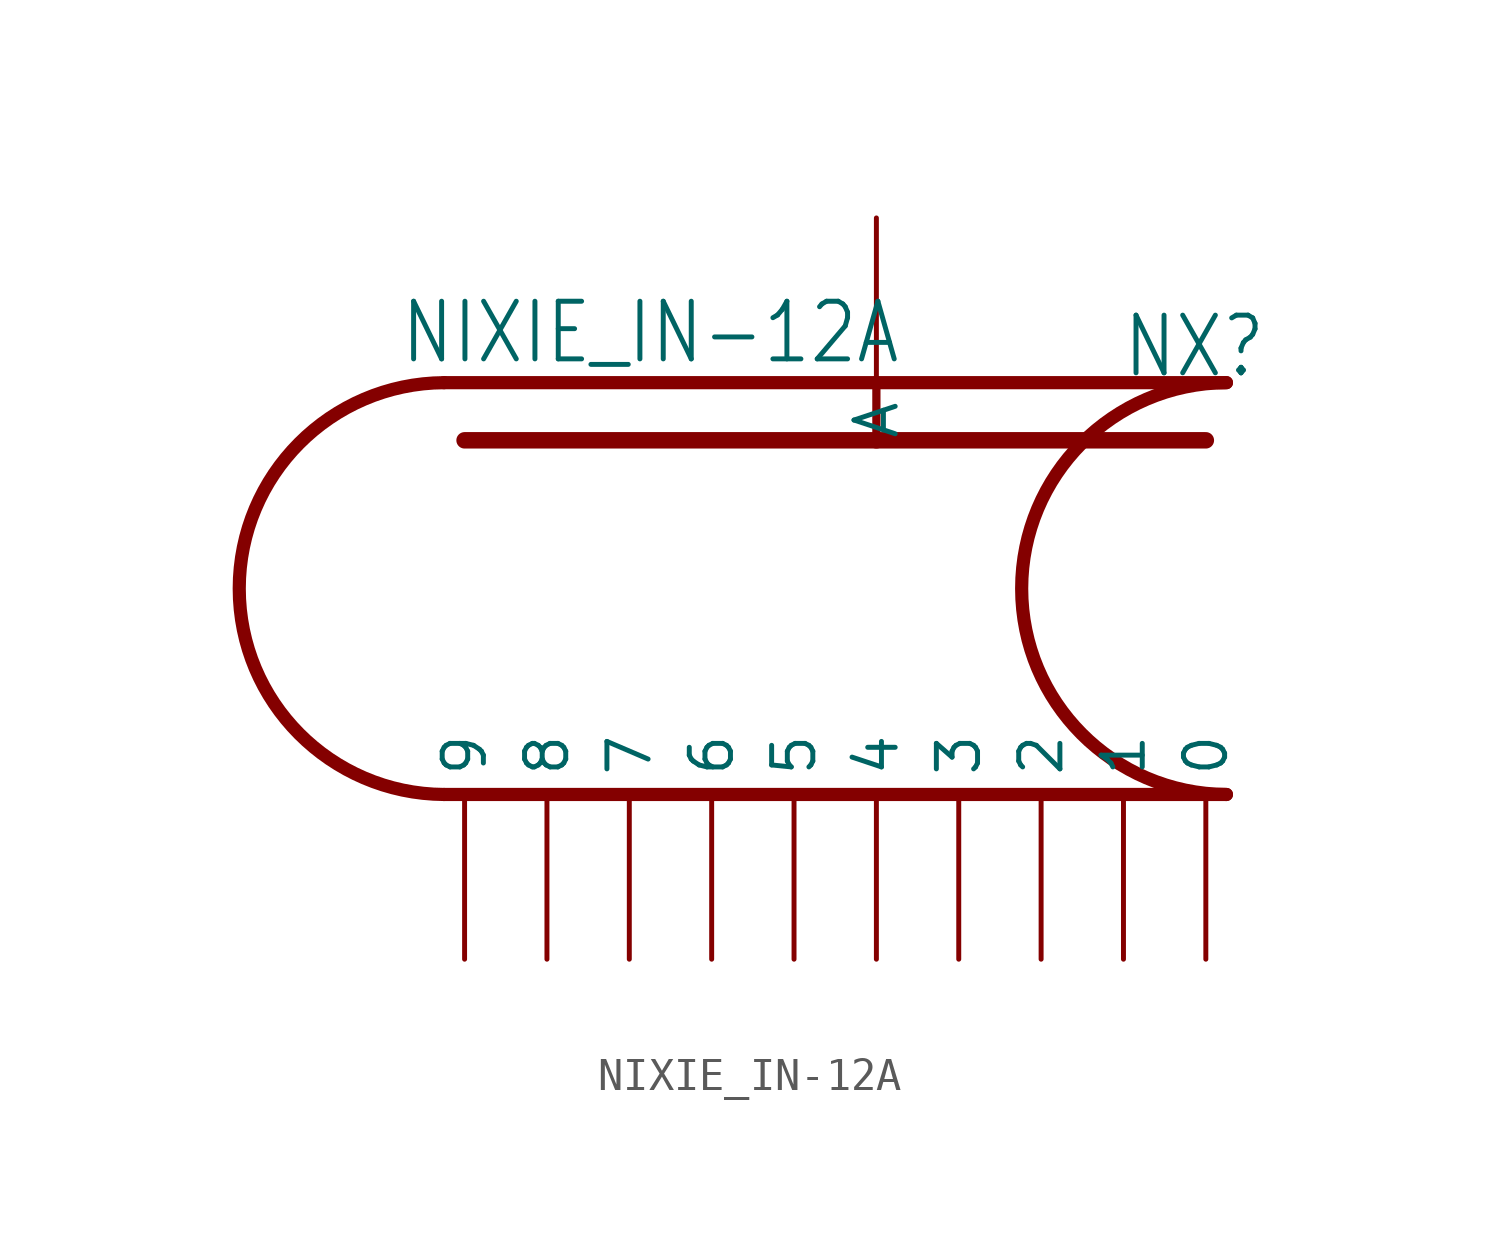
<source format=kicad_sym>
(kicad_symbol_lib
  (version 20211014)
  (generator kicad_symbol_editor)
  (symbol "NIXIE_IN-12A"
    (property "Reference" "NX"
      (at 12.065 7.239 0)
      (effects (font (size 1.778 1.511)) (justify right top)))
    (property "Value" "NIXIE_IN-12A"
      (at -14.732 5.588 0)
      (effects (font (size 1.778 1.511)) (justify left bottom)))
    (property "ki_locked" ""
      (at 0 0 0)
      (effects (font (size 1.27 1.27))))
    (symbol "NIXIE_IN-12A_1_0"
      (arc (start -13.335 5.08) (mid -19.685 -1.27) (end -13.335 -7.62) (stroke (width 0.4064) (type default) (color 0 0 0 0)) (fill (type none)))
      (polyline (pts (xy -12.7 3.302) (xy 0 3.302)) (stroke (width 0.508) (type default) (color 0 0 0 0)) (fill (type none)))
      (polyline (pts (xy 0 3.302) (xy 0 5.08)) (stroke (width 0.254) (type default) (color 0 0 0 0)) (fill (type none)))
      (polyline (pts (xy 0 3.302) (xy 10.16 3.302)) (stroke (width 0.508) (type default) (color 0 0 0 0)) (fill (type none)))
      (polyline (pts (xy 0 5.08) (xy -13.335 5.08)) (stroke (width 0.406) (type default) (color 0 0 0 0)) (fill (type none)))
      (polyline (pts (xy 10.795 -7.62) (xy -13.335 -7.62)) (stroke (width 0.406) (type default) (color 0 0 0 0)) (fill (type none)))
      (polyline (pts (xy 10.795 5.08) (xy 0 5.08)) (stroke (width 0.406) (type default) (color 0 0 0 0)) (fill (type none)))
      (arc (start 10.795 5.08) (mid 4.445 -1.27) (end 10.795 -7.62) (stroke (width 0.4064) (type default) (color 0 0 0 0)) (fill (type none)))
      (pin bidirectional line (at 10.16 -12.7 90) (length 5.08) (name "0" (effects (font (size 1.27 1.27)))) (number "0" (effects (font (size 0 0)))))
      (pin bidirectional line (at 7.62 -12.7 90) (length 5.08) (name "1" (effects (font (size 1.27 1.27)))) (number "1" (effects (font (size 0 0)))))
      (pin bidirectional line (at 5.08 -12.7 90) (length 5.08) (name "2" (effects (font (size 1.27 1.27)))) (number "2" (effects (font (size 0 0)))))
      (pin bidirectional line (at 2.54 -12.7 90) (length 5.08) (name "3" (effects (font (size 1.27 1.27)))) (number "3" (effects (font (size 0 0)))))
      (pin bidirectional line (at 0 -12.7 90) (length 5.08) (name "4" (effects (font (size 1.27 1.27)))) (number "4" (effects (font (size 0 0)))))
      (pin bidirectional line (at -2.54 -12.7 90) (length 5.08) (name "5" (effects (font (size 1.27 1.27)))) (number "5" (effects (font (size 0 0)))))
      (pin bidirectional line (at -5.08 -12.7 90) (length 5.08) (name "6" (effects (font (size 1.27 1.27)))) (number "6" (effects (font (size 0 0)))))
      (pin bidirectional line (at -7.62 -12.7 90) (length 5.08) (name "7" (effects (font (size 1.27 1.27)))) (number "7" (effects (font (size 0 0)))))
      (pin bidirectional line (at -10.16 -12.7 90) (length 5.08) (name "8" (effects (font (size 1.27 1.27)))) (number "8" (effects (font (size 0 0)))))
      (pin bidirectional line (at -12.7 -12.7 90) (length 5.08) (name "9" (effects (font (size 1.27 1.27)))) (number "9" (effects (font (size 0 0)))))
      (pin bidirectional line (at 0 10.16 270) (length 5.08) (name "A" (effects (font (size 1.27 1.27)))) (number "A" (effects (font (size 0 0))))))))
</source>
